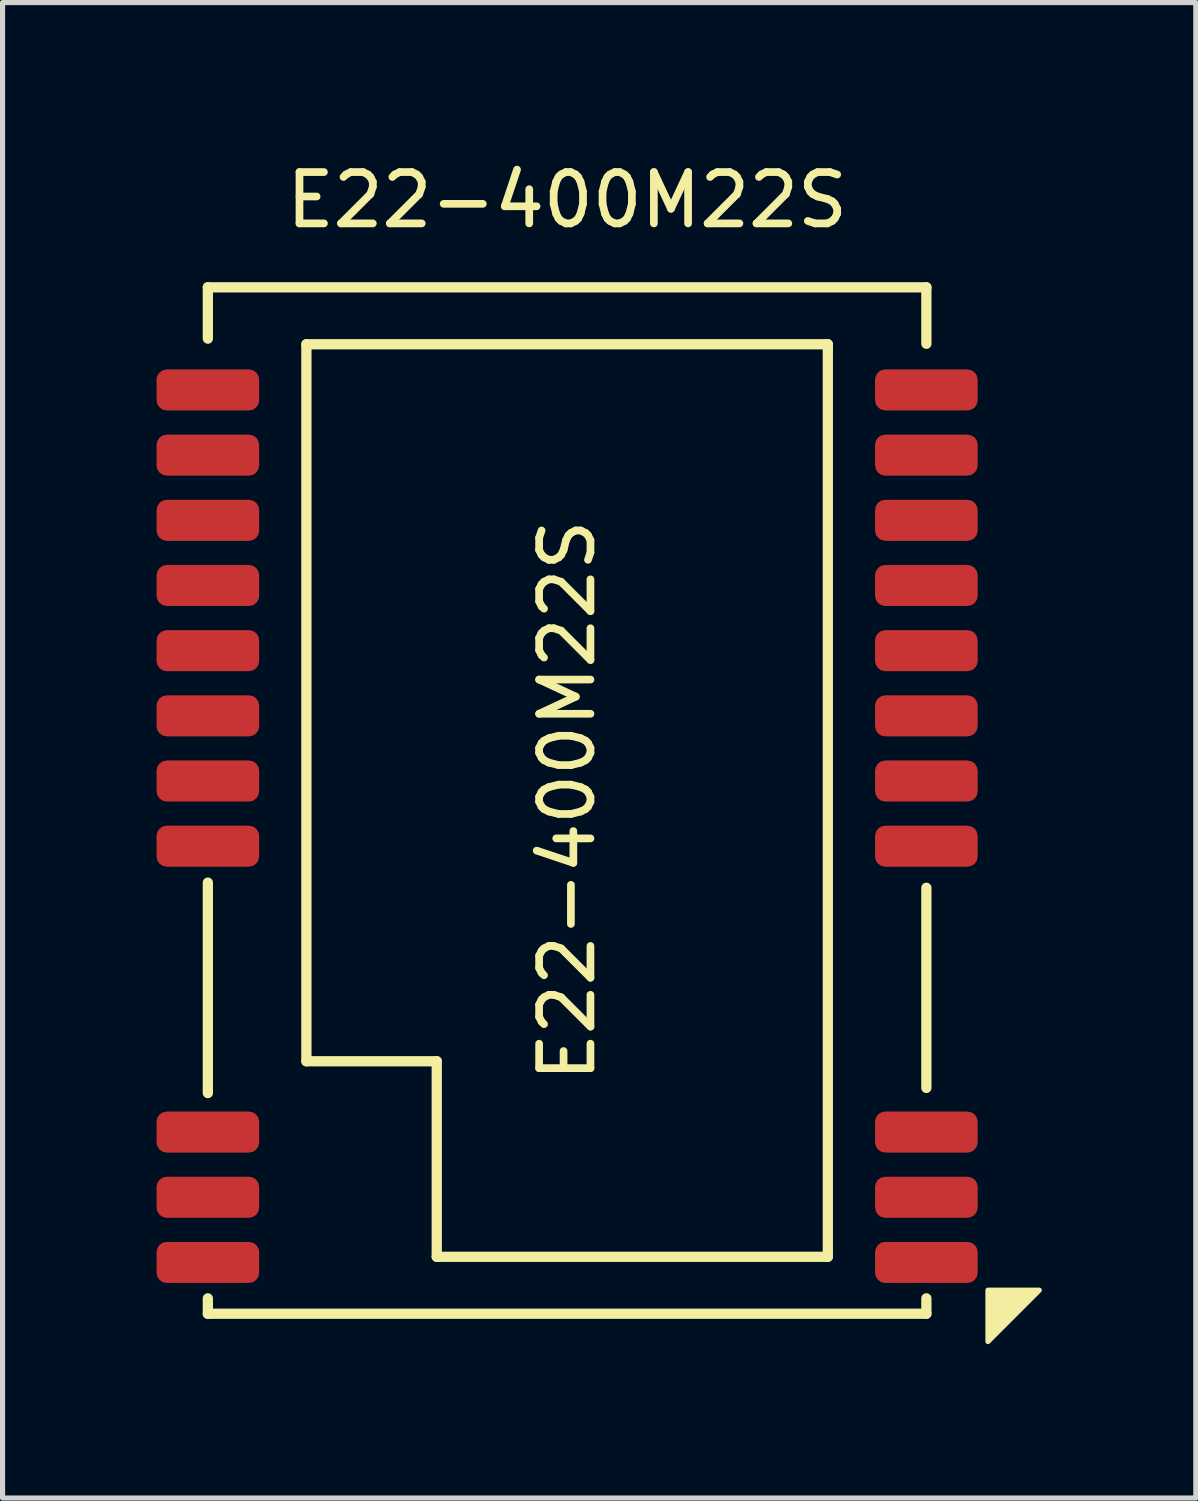
<source format=kicad_pcb>
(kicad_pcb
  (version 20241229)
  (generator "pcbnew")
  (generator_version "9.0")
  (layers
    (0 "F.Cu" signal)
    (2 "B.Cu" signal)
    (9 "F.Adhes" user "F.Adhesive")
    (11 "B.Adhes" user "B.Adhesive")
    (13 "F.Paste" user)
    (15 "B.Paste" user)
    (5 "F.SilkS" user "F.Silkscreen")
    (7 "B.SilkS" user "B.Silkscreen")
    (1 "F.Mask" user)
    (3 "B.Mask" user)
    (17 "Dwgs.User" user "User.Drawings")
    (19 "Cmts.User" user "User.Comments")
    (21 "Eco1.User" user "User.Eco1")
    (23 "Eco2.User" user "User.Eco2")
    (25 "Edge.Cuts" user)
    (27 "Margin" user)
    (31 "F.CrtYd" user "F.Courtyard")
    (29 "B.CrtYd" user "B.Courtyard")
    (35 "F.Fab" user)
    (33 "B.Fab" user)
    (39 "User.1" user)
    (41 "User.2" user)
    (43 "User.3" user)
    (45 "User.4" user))
  (footprint "E22-400M22S"
    (layer "F.Cu")
    (at 8 12.548)
    (property "Reference" "E22-400M22S" (at 0 -11.7 0) (layer "F.SilkS") (effects (font (size 1 1) (thickness 0.15))))
    (attr smd)
    (fp_line (start -7 -10) (end 7 -10) (stroke (width 0.2) (type solid)) (layer "F.SilkS"))
    (fp_line (start -7 -9) (end -7 -10) (stroke (width 0.2) (type default)) (layer "F.SilkS"))
    (fp_line (start -7 1.6) (end -7 5.7) (stroke (width 0.2) (type default)) (layer "F.SilkS"))
    (fp_line (start -7 10) (end -7 9.7) (stroke (width 0.2) (type default)) (layer "F.SilkS"))
    (fp_line (start -5.08 -8.89) (end 5.08 -8.89) (stroke (width 0.2) (type solid)) (layer "F.SilkS"))
    (fp_line (start -5.08 5.08) (end -5.08 -8.89) (stroke (width 0.2) (type solid)) (layer "F.SilkS"))
    (fp_line (start -2.54 5.08) (end -5.08 5.08) (stroke (width 0.2) (type solid)) (layer "F.SilkS"))
    (fp_line (start -2.54 8.89) (end -2.54 5.08) (stroke (width 0.2) (type solid)) (layer "F.SilkS"))
    (fp_line (start 5.08 -8.89) (end 5.08 8.89) (stroke (width 0.2) (type solid)) (layer "F.SilkS"))
    (fp_line (start 5.08 8.89) (end -2.54 8.89) (stroke (width 0.2) (type solid)) (layer "F.SilkS"))
    (fp_line (start 7 -10) (end 7 -8.9) (stroke (width 0.2) (type default)) (layer "F.SilkS"))
    (fp_line (start 7 5.6) (end 7 1.7) (stroke (width 0.2) (type default)) (layer "F.SilkS"))
    (fp_line (start 7 10) (end -7 10) (stroke (width 0.2) (type solid)) (layer "F.SilkS"))
    (fp_line (start 7 10) (end 7 9.7) (stroke (width 0.2) (type default)) (layer "F.SilkS"))
    (fp_poly (pts (xy 8.2 10.541) (xy 8.2 9.541) (xy 9.2 9.541)) (stroke (width 0.1) (type solid)) (fill yes) (layer "F.SilkS"))
    (fp_text user "E22-400M22S" (at 0 0 90) (layer "F.SilkS") (effects (font (size 1 1) (thickness 0.15))))
    (pad "1" smd roundrect (at -7 -8) (size 2 0.8) (layers "F.Cu" "F.Mask" "F.Paste") (roundrect_rratio 0.25))
    (pad "1" smd roundrect (at -7 6.46) (size 2 0.8) (layers "F.Cu" "F.Mask" "F.Paste") (roundrect_rratio 0.25))
    (pad "1" smd roundrect (at -7 9) (size 2 0.8) (layers "F.Cu" "F.Mask" "F.Paste") (roundrect_rratio 0.25))
    (pad "1" smd roundrect (at 7 -8) (size 2 0.8) (layers "F.Cu" "F.Mask" "F.Paste") (roundrect_rratio 0.25))
    (pad "1" smd roundrect (at 7 -6.73) (size 2 0.8) (layers "F.Cu" "F.Mask" "F.Paste") (roundrect_rratio 0.25))
    (pad "1" smd roundrect (at 7 -0.38) (size 2 0.8) (layers "F.Cu" "F.Mask" "F.Paste") (roundrect_rratio 0.25))
    (pad "1" smd roundrect (at 7 0.89) (size 2 0.8) (layers "F.Cu" "F.Mask" "F.Paste") (roundrect_rratio 0.25))
    (pad "1" smd roundrect (at 7 6.46) (size 2 0.8) (layers "F.Cu" "F.Mask" "F.Paste") (roundrect_rratio 0.25))
    (pad "1" smd roundrect (at 7 7.73) (size 2 0.8) (layers "F.Cu" "F.Mask" "F.Paste") (roundrect_rratio 0.25))
    (pad "1" smd roundrect (at 7 9) (size 2 0.8) (layers "F.Cu" "F.Mask" "F.Paste") (roundrect_rratio 0.25))
    (pad "6" smd roundrect (at 7 -1.65) (size 2 0.8) (layers "F.Cu" "F.Mask" "F.Paste") (roundrect_rratio 0.25))
    (pad "7" smd roundrect (at 7 -2.92) (size 2 0.8) (layers "F.Cu" "F.Mask" "F.Paste") (roundrect_rratio 0.25))
    (pad "8" smd roundrect (at 7 -4.19) (size 2 0.8) (layers "F.Cu" "F.Mask" "F.Paste") (roundrect_rratio 0.25))
    (pad "9" smd roundrect (at 7 -5.46) (size 2 0.8) (layers "F.Cu" "F.Mask" "F.Paste") (roundrect_rratio 0.25))
    (pad "13" smd roundrect (at -7 -6.73) (size 2 0.8) (layers "F.Cu" "F.Mask" "F.Paste") (roundrect_rratio 0.25))
    (pad "14" smd roundrect (at -7 -5.46) (size 2 0.8) (layers "F.Cu" "F.Mask" "F.Paste") (roundrect_rratio 0.25))
    (pad "15" smd roundrect (at -7 -4.19) (size 2 0.8) (layers "F.Cu" "F.Mask" "F.Paste") (roundrect_rratio 0.25))
    (pad "16" smd roundrect (at -7 -2.92) (size 2 0.8) (layers "F.Cu" "F.Mask" "F.Paste") (roundrect_rratio 0.25))
    (pad "17" smd roundrect (at -7 -1.65) (size 2 0.8) (layers "F.Cu" "F.Mask" "F.Paste") (roundrect_rratio 0.25))
    (pad "18" smd roundrect (at -7 -0.38) (size 2 0.8) (layers "F.Cu" "F.Mask" "F.Paste") (roundrect_rratio 0.25))
    (pad "19" smd roundrect (at -7 0.89) (size 2 0.8) (layers "F.Cu" "F.Mask" "F.Paste") (roundrect_rratio 0.25))
    (pad "21" smd roundrect (at -7 7.73) (size 2 0.8) (layers "F.Cu" "F.Mask" "F.Paste") (roundrect_rratio 0.25)))
  (gr_rect
    (start -3 -3)
    (end 20.25 26.139)
    (stroke (width 0.1) (type default))
    (fill no)
    (layer "Edge.Cuts")))
</source>
